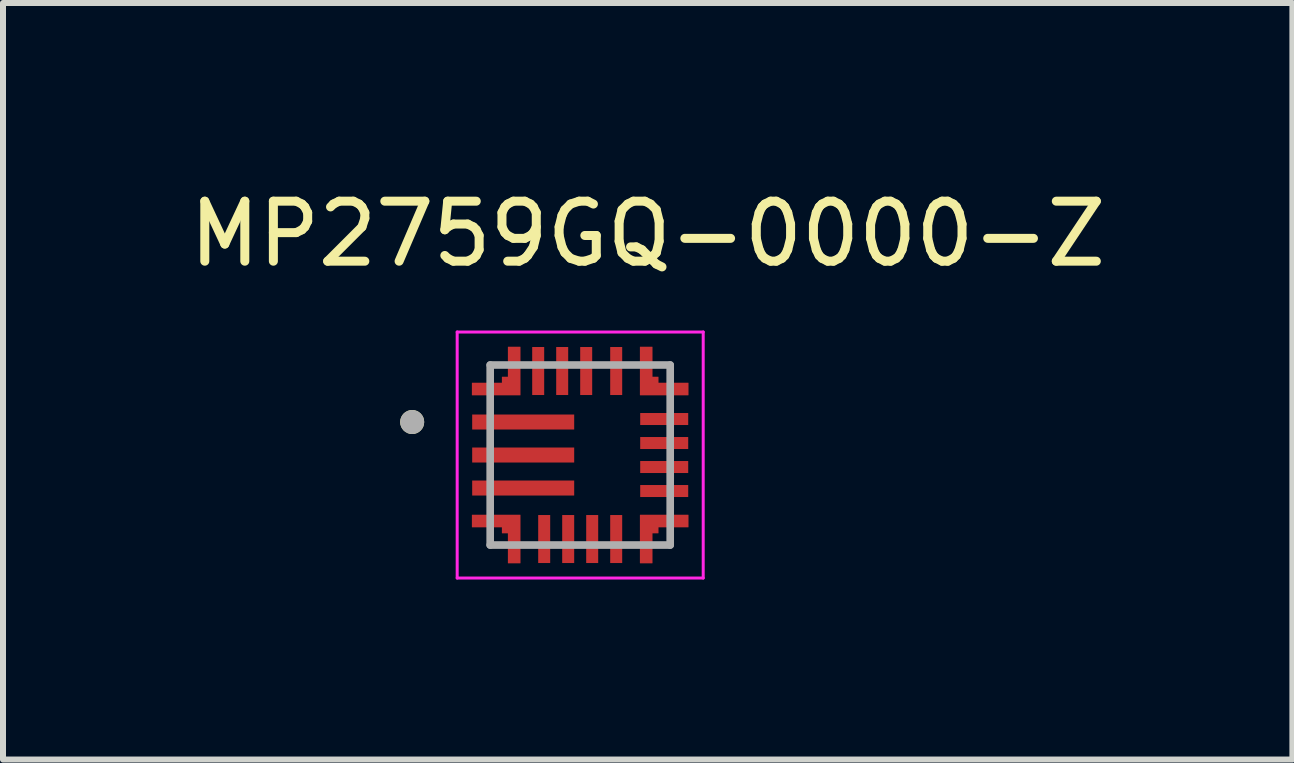
<source format=kicad_pcb>
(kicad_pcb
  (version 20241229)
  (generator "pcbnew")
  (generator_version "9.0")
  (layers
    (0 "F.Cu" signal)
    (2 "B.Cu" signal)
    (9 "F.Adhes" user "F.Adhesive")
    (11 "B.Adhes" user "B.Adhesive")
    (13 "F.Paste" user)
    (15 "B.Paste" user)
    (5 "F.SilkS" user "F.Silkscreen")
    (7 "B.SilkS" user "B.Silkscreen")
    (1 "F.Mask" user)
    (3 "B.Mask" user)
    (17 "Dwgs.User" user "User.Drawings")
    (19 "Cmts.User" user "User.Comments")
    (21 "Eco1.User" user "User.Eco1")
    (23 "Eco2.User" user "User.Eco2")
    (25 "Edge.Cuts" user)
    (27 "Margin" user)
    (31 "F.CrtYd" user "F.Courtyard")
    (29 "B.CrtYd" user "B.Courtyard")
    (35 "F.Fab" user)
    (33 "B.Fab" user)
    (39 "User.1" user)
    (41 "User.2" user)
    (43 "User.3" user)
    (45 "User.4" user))
  (footprint "MP2759GQ-0000-Z"
    (layer "F.Cu")
    (at 6.619 4.533)
    (property "Reference" "MP2759GQ-0000-Z" (at 1.125 -3.685 0) (layer "F.SilkS") (effects (font (size 1 1) (thickness 0.15))))
    (attr smd)
    (fp_poly (pts (xy -1.9 1.3) (xy -1.9 0.9) (xy -0.9 0.9) (xy -0.9 1.9) (xy -1.3 1.9) (xy -1.3 1.4) (xy -1.4 1.4) (xy -1.4 1.3)) (stroke (width 0.01) (type solid)) (fill yes) (layer "F.Mask"))
    (fp_poly (pts (xy -1.3 -1.9) (xy -0.9 -1.9) (xy -0.9 -0.9) (xy -1.9 -0.9) (xy -1.9 -1.3) (xy -1.4 -1.3) (xy -1.4 -1.4) (xy -1.3 -1.4)) (stroke (width 0.01) (type solid)) (fill yes) (layer "F.Mask"))
    (fp_poly (pts (xy 1.3 1.9) (xy 0.9 1.9) (xy 0.9 0.9) (xy 1.9 0.9) (xy 1.9 1.3) (xy 1.4 1.3) (xy 1.4 1.4) (xy 1.3 1.4)) (stroke (width 0.01) (type solid)) (fill yes) (layer "F.Mask"))
    (fp_poly (pts (xy 1.9 -1.3) (xy 1.9 -0.9) (xy 0.9 -0.9) (xy 0.9 -1.9) (xy 1.3 -1.9) (xy 1.3 -1.4) (xy 1.4 -1.4) (xy 1.4 -1.3)) (stroke (width 0.01) (type solid)) (fill yes) (layer "F.Mask"))
    (fp_circle (center -2.8 -0.55) (end -2.7 -0.55) (stroke (width 0.2) (type solid)) (fill no) (layer "F.SilkS"))
    (fp_poly (pts (xy -1.8 1) (xy -1 1) (xy -1 1.8) (xy -1.2 1.8) (xy -1.2 1.3) (xy -1.3 1.3) (xy -1.3 1.2) (xy -1.8 1.2)) (stroke (width 0.01) (type solid)) (fill yes) (layer "F.Paste"))
    (fp_poly (pts (xy -1 -1.8) (xy -1 -1) (xy -1.8 -1) (xy -1.8 -1.2) (xy -1.3 -1.2) (xy -1.3 -1.3) (xy -1.2 -1.3) (xy -1.2 -1.8)) (stroke (width 0.01) (type solid)) (fill yes) (layer "F.Paste"))
    (fp_poly (pts (xy 1 1.8) (xy 1 1) (xy 1.8 1) (xy 1.8 1.2) (xy 1.3 1.2) (xy 1.3 1.3) (xy 1.2 1.3) (xy 1.2 1.8)) (stroke (width 0.01) (type solid)) (fill yes) (layer "F.Paste"))
    (fp_poly (pts (xy 1.8 -1) (xy 1 -1) (xy 1 -1.8) (xy 1.2 -1.8) (xy 1.2 -1.3) (xy 1.3 -1.3) (xy 1.3 -1.2) (xy 1.8 -1.2)) (stroke (width 0.01) (type solid)) (fill yes) (layer "F.Paste"))
    (fp_line (start -2.05 -2.05) (end -2.05 2.05) (stroke (width 0.05) (type solid)) (layer "F.CrtYd"))
    (fp_line (start -2.05 2.05) (end 2.05 2.05) (stroke (width 0.05) (type solid)) (layer "F.CrtYd"))
    (fp_line (start 2.05 -2.05) (end -2.05 -2.05) (stroke (width 0.05) (type solid)) (layer "F.CrtYd"))
    (fp_line (start 2.05 2.05) (end 2.05 -2.05) (stroke (width 0.05) (type solid)) (layer "F.CrtYd"))
    (fp_line (start -1.5 -1.5) (end 1.5 -1.5) (stroke (width 0.127) (type solid)) (layer "F.Fab"))
    (fp_line (start -1.5 1.5) (end -1.5 -1.5) (stroke (width 0.127) (type solid)) (layer "F.Fab"))
    (fp_line (start 1.5 -1.5) (end 1.5 1.5) (stroke (width 0.127) (type solid)) (layer "F.Fab"))
    (fp_line (start 1.5 1.5) (end -1.5 1.5) (stroke (width 0.127) (type solid)) (layer "F.Fab"))
    (fp_circle (center -2.8 -0.55) (end -2.7 -0.55) (stroke (width 0.2) (type solid)) (fill no) (layer "F.Fab"))
    (pad "1" smd rect (at -0.95 -0.55) (size 1.7 0.25) (layers "F.Cu" "F.Mask" "F.Paste"))
    (pad "2" smd rect (at -0.95 0) (size 1.7 0.25) (layers "F.Cu" "F.Mask" "F.Paste"))
    (pad "3" smd rect (at -0.95 0.55) (size 1.7 0.25) (layers "F.Cu" "F.Mask" "F.Paste"))
    (pad "4" smd custom (at -1.15 1.15) (size 0.1 0.1) (layers "F.Cu") (options (anchor rect)) (primitives (gr_poly (pts (xy -0.65 -0.15) (xy 0.15 -0.15) (xy 0.15 0.65) (xy -0.05 0.65) (xy -0.05 0.15) (xy -0.15 0.15) (xy -0.15 0.05) (xy -0.65 0.05)) (width 0.01) (fill yes))))
    (pad "5" smd rect (at -0.6 1.4) (size 0.2 0.8) (layers "F.Cu" "F.Mask" "F.Paste"))
    (pad "6" smd rect (at -0.2 1.4) (size 0.2 0.8) (layers "F.Cu" "F.Mask" "F.Paste"))
    (pad "7" smd rect (at 0.2 1.4) (size 0.2 0.8) (layers "F.Cu" "F.Mask" "F.Paste"))
    (pad "8" smd rect (at 0.6 1.4) (size 0.2 0.8) (layers "F.Cu" "F.Mask" "F.Paste"))
    (pad "9" smd custom (at 1.15 1.15) (size 0.1 0.1) (layers "F.Cu") (options (anchor rect)) (primitives (gr_poly (pts (xy -0.15 0.65) (xy -0.15 -0.15) (xy 0.65 -0.15) (xy 0.65 0.05) (xy 0.15 0.05) (xy 0.15 0.15) (xy 0.05 0.15) (xy 0.05 0.65)) (width 0.01) (fill yes))))
    (pad "10" smd rect (at 1.4 0.6) (size 0.8 0.2) (layers "F.Cu" "F.Mask" "F.Paste"))
    (pad "11" smd rect (at 1.4 0.2) (size 0.8 0.2) (layers "F.Cu" "F.Mask" "F.Paste"))
    (pad "12" smd rect (at 1.4 -0.2) (size 0.8 0.2) (layers "F.Cu" "F.Mask" "F.Paste"))
    (pad "13" smd rect (at 1.4 -0.6) (size 0.8 0.2) (layers "F.Cu" "F.Mask" "F.Paste"))
    (pad "14" smd custom (at 1.15 -1.15) (size 0.1 0.1) (layers "F.Cu") (options (anchor rect)) (primitives (gr_poly (pts (xy 0.65 0.15) (xy -0.15 0.15) (xy -0.15 -0.65) (xy 0.05 -0.65) (xy 0.05 -0.15) (xy 0.15 -0.15) (xy 0.15 -0.05) (xy 0.65 -0.05)) (width 0.01) (fill yes))))
    (pad "15" smd rect (at 0.6 -1.4) (size 0.2 0.8) (layers "F.Cu" "F.Mask" "F.Paste"))
    (pad "16" smd rect (at 0.1 -1.4) (size 0.2 0.8) (layers "F.Cu" "F.Mask" "F.Paste"))
    (pad "17" smd rect (at -0.3 -1.4) (size 0.2 0.8) (layers "F.Cu" "F.Mask" "F.Paste"))
    (pad "18" smd rect (at -0.7 -1.4) (size 0.2 0.8) (layers "F.Cu" "F.Mask" "F.Paste"))
    (pad "19" smd custom (at -1.15 -1.15) (size 0.1 0.1) (layers "F.Cu") (options (anchor rect)) (primitives (gr_poly (pts (xy 0.15 -0.65) (xy 0.15 0.15) (xy -0.65 0.15) (xy -0.65 -0.05) (xy -0.15 -0.05) (xy -0.15 -0.15) (xy -0.05 -0.15) (xy -0.05 -0.65)) (width 0.01) (fill yes)))))
  (gr_rect
    (start -3 -3)
    (end 18.488 9.608)
    (stroke (width 0.1) (type default))
    (fill no)
    (layer "Edge.Cuts")))
</source>
